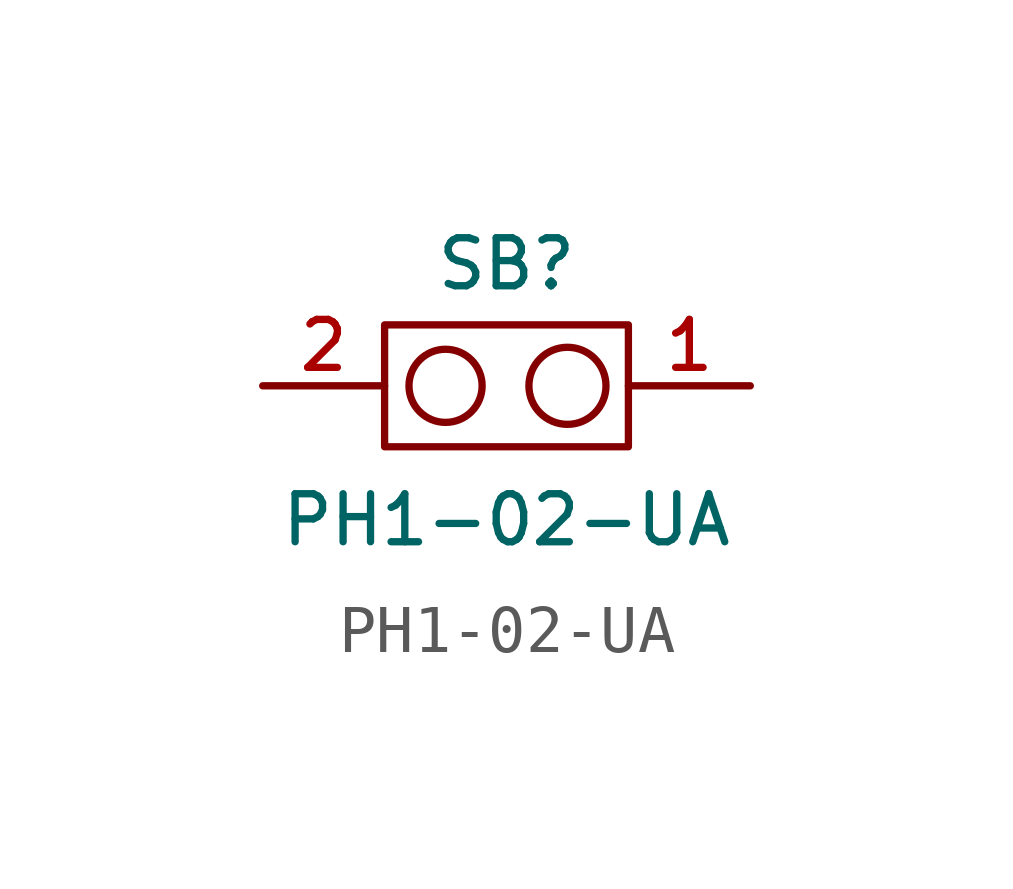
<source format=kicad_sym>
(kicad_symbol_lib
  (version 20241209)
  (generator "kicad_symbol_editor")
  (generator_version "9.0")
  (symbol "PH1-02-UA"
    (pin_names
      (hide yes))
    (property "Reference" "SB"
      (at 0 2.54 0)
      (effects (font (size 1 1))))
    (property "Value" "PH1-02-UA"
      (at 0 -2.794 0)
      (effects (font (size 1 1))))
    (symbol "PH1-02-UA_0_1"
      (circle (center -1.27 0) (radius 0.762) (stroke (width 0) (type default)) (fill (type none)))
      (circle (center 1.27 0) (radius 0.803) (stroke (width 0) (type default)) (fill (type none)))
      (rectangle (start 2.54 -1.27) (end -2.54 1.27) (stroke (width 0) (type default)) (fill (type none))))
    (symbol "PH1-02-UA_1_1"
      (pin passive line (at -5.08 0 0) (length 2.54) (name "2" (effects (font (size 1 1)))) (number "2" (effects (font (size 1 1)))))
      (pin passive line (at 5.08 0 180) (length 2.54) (name "1" (effects (font (size 1 1)))) (number "1" (effects (font (size 1 1))))))))
</source>
